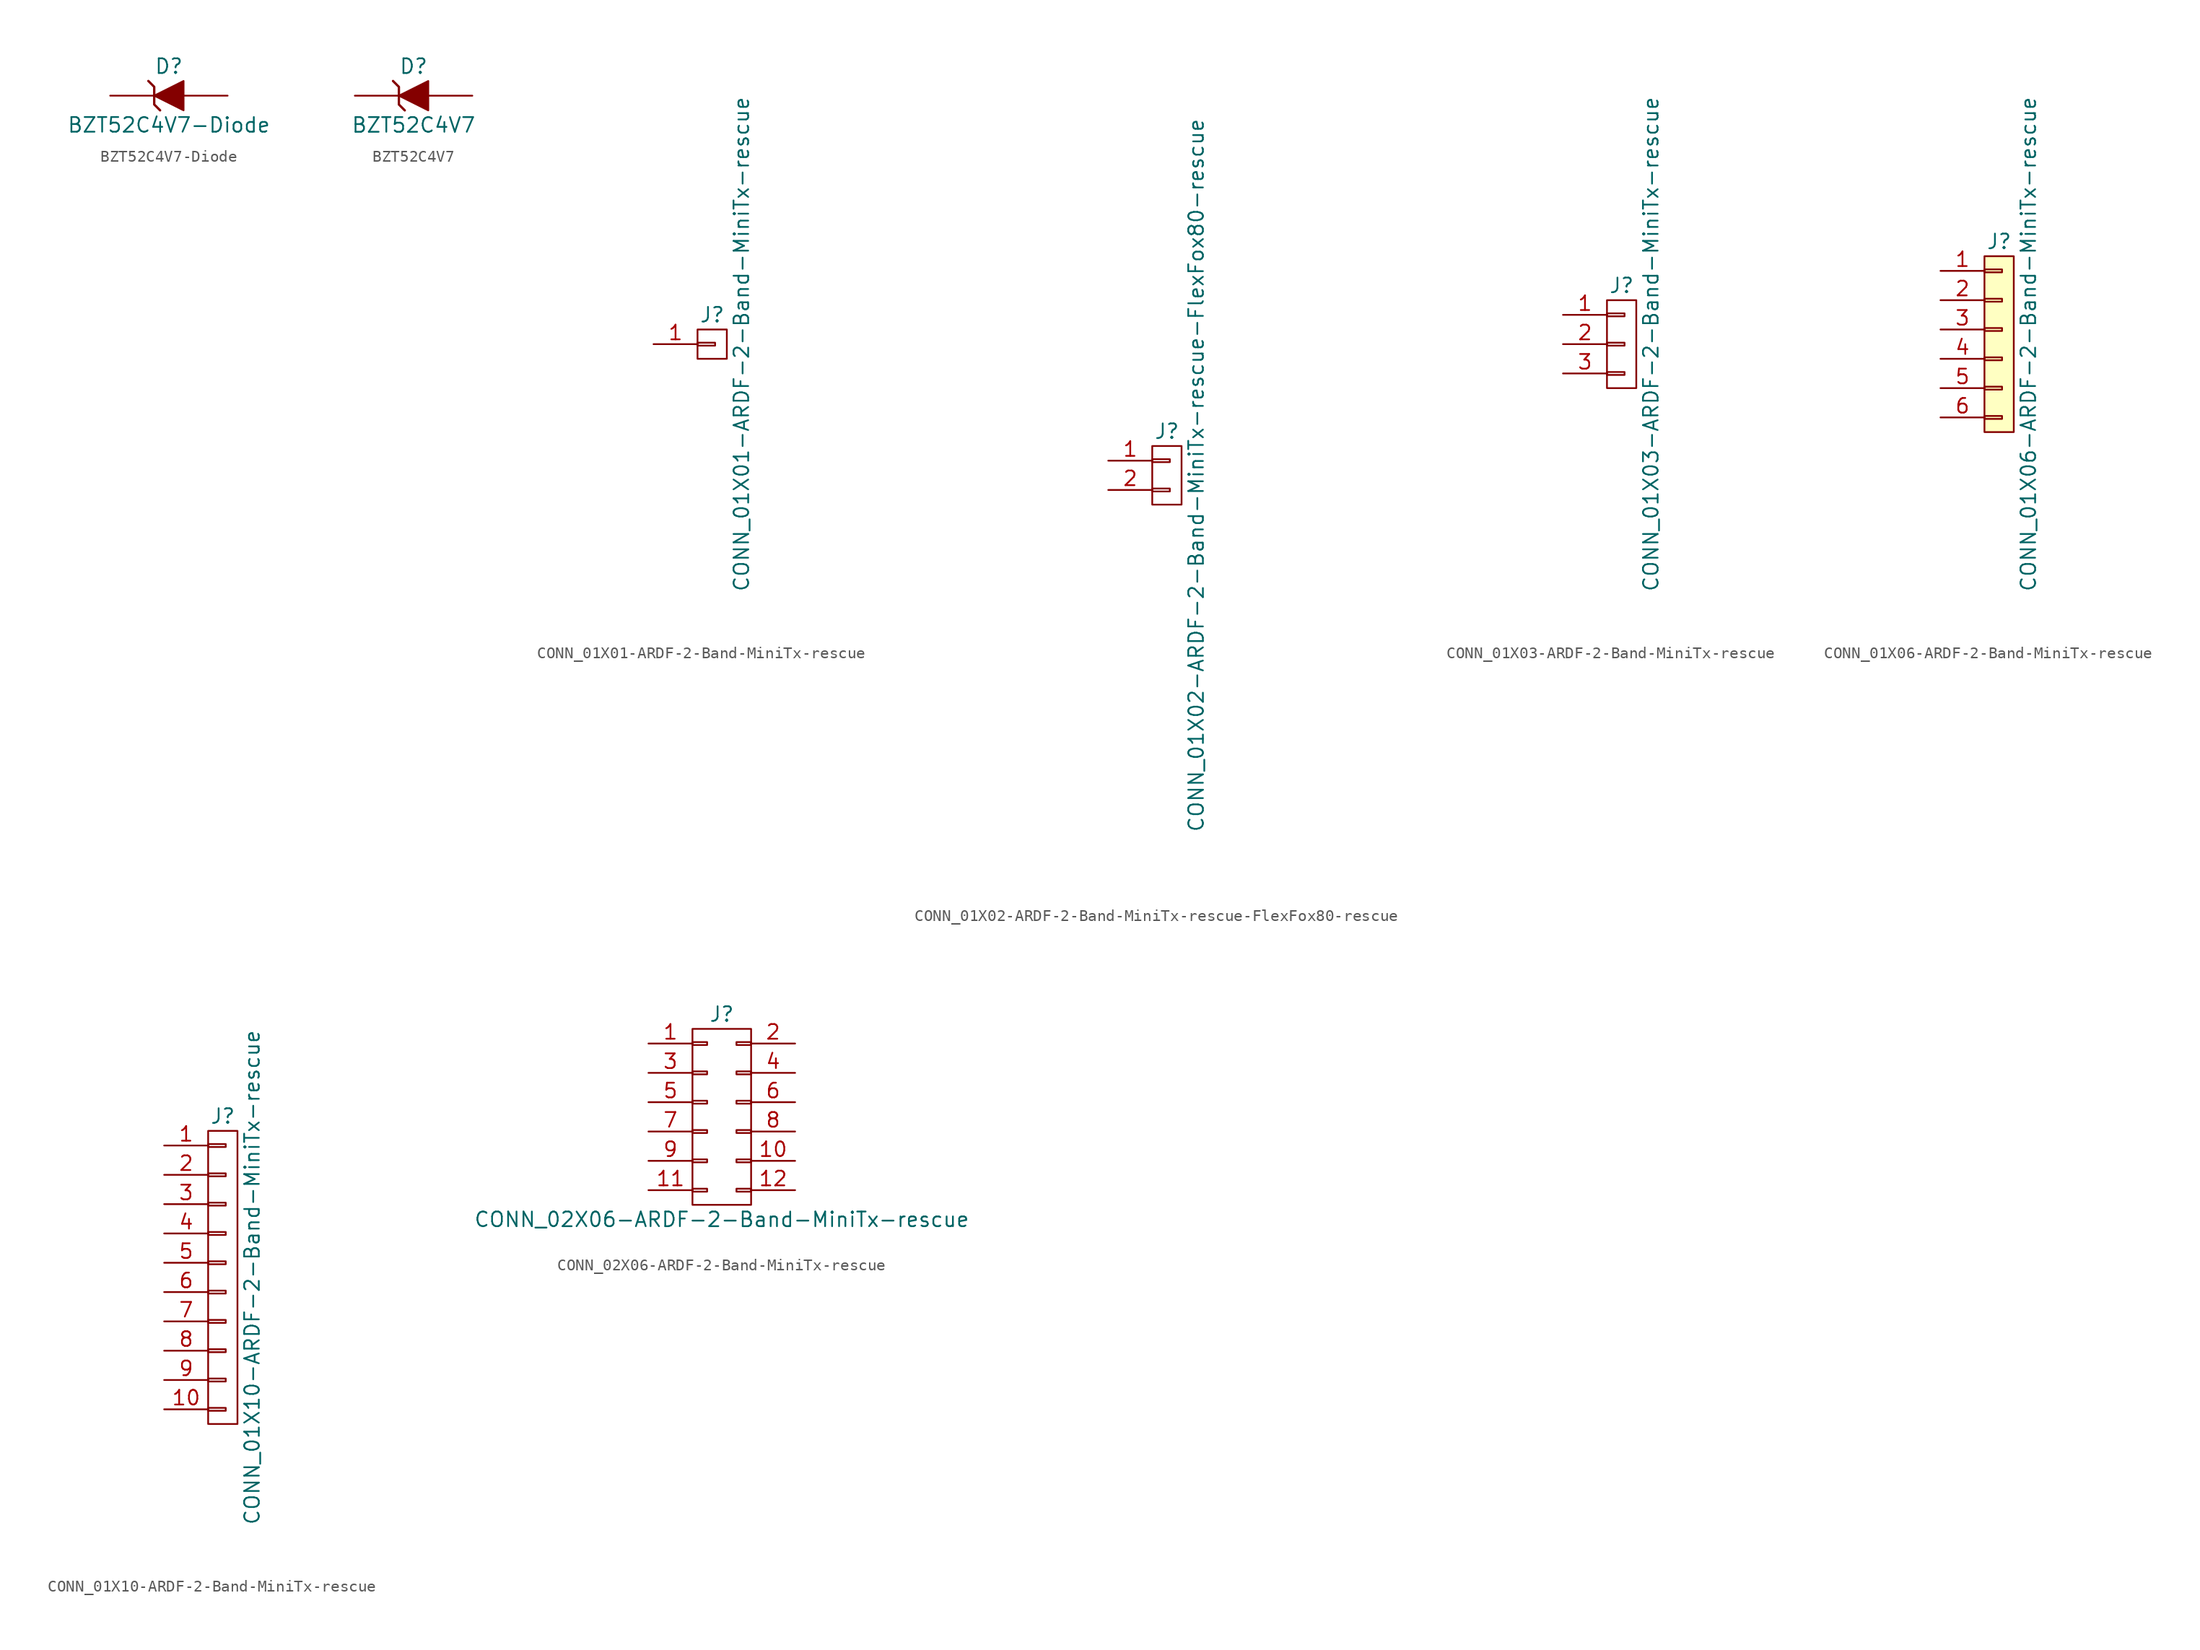
<source format=kicad_sym>
(kicad_symbol_lib
  (version 20211014)
  (generator kicad_symbol_editor)
  (symbol "BZT52C4V7-Diode"
    (pin_numbers hide)
    (pin_names
      (offset 1.016) hide)
    (property "Reference" "D"
      (at 0 2.54 0)
      (effects (font (size 1.27 1.27))))
    (property "Value" "BZT52C4V7-Diode"
      (at 0 -2.54 0)
      (effects (font (size 1.27 1.27))))
    (property "Footprint" ""
      (at 0 0 0)
      (effects (font (size 1.27 1.27))))
    (property "Datasheet" ""
      (at 0 0 0)
      (effects (font (size 1.27 1.27))))
    (symbol "BZT52C4V7-Diode_0_1"
      (polyline (pts (xy -1.778 1.27) (xy -1.27 0.762) (xy -1.27 -0.762) (xy -0.762 -1.27) (xy -0.762 -1.27)) (stroke (width 0.203) (type default) (color 0 0 0 0)) (fill (type none)))
      (polyline (pts (xy -1.27 0) (xy 1.27 1.27) (xy 1.27 -1.27) (xy -1.27 0) (xy -1.27 0)) (stroke (width 0) (type default) (color 0 0 0 0)) (fill (type outline))))
    (symbol "BZT52C4V7-Diode_1_1"
      (pin passive line (at -5.08 0 0) (length 3.81) (name "K" (effects (font (size 1.27 1.27)))) (number "1" (effects (font (size 1.27 1.27)))))
      (pin passive line (at 5.08 0 180) (length 3.81) (name "A" (effects (font (size 1.27 1.27)))) (number "2" (effects (font (size 1.27 1.27)))))))
  (symbol "BZT52C4V7"
    (pin_numbers hide)
    (pin_names
      (offset 1.016) hide)
    (property "Reference" "D"
      (at 0 2.54 0)
      (effects (font (size 1.27 1.27))))
    (property "Value" "BZT52C4V7"
      (at 0 -2.54 0)
      (effects (font (size 1.27 1.27))))
    (property "Footprint" ""
      (at 0 0 0)
      (effects (font (size 1.27 1.27))))
    (property "Datasheet" ""
      (at 0 0 0)
      (effects (font (size 1.27 1.27))))
    (symbol "BZT52C4V7_0_1"
      (polyline (pts (xy -1.778 1.27) (xy -1.27 0.762) (xy -1.27 -0.762) (xy -0.762 -1.27) (xy -0.762 -1.27)) (stroke (width 0.203) (type default) (color 0 0 0 0)) (fill (type none)))
      (polyline (pts (xy -1.27 0) (xy 1.27 1.27) (xy 1.27 -1.27) (xy -1.27 0) (xy -1.27 0)) (stroke (width 0) (type default) (color 0 0 0 0)) (fill (type outline))))
    (symbol "BZT52C4V7_1_1"
      (pin passive line (at -5.08 0 0) (length 3.81) (name "K" (effects (font (size 1.27 1.27)))) (number "1" (effects (font (size 1.27 1.27)))))
      (pin passive line (at 5.08 0 180) (length 3.81) (name "A" (effects (font (size 1.27 1.27)))) (number "2" (effects (font (size 1.27 1.27)))))))
  (symbol "CONN_01X01-ARDF-2-Band-MiniTx-rescue"
    (pin_names
      (offset 1.016) hide)
    (property "Reference" "J"
      (at 0 2.54 0)
      (effects (font (size 1.27 1.27))))
    (property "Value" "CONN_01X01-ARDF-2-Band-MiniTx-rescue"
      (at 2.54 0 90)
      (effects (font (size 1.27 1.27))))
    (symbol "CONN_01X01-ARDF-2-Band-MiniTx-rescue_0_1"
      (rectangle (start -1.27 0.127) (end 0.254 -0.127) (stroke (width 0) (type default) (color 0 0 0 0)) (fill (type none)))
      (rectangle (start -1.27 1.27) (end 1.27 -1.27) (stroke (width 0) (type default) (color 0 0 0 0)) (fill (type none))))
    (symbol "CONN_01X01-ARDF-2-Band-MiniTx-rescue_1_1"
      (pin passive line (at -5.08 0 0) (length 3.81) (name "P1" (effects (font (size 1.27 1.27)))) (number "1" (effects (font (size 1.27 1.27)))))))
  (symbol "CONN_01X02-ARDF-2-Band-MiniTx-rescue-FlexFox80-rescue"
    (pin_names
      (offset 1.016) hide)
    (property "Reference" "J"
      (at 0 3.81 0)
      (effects (font (size 1.27 1.27))))
    (property "Value" "CONN_01X02-ARDF-2-Band-MiniTx-rescue-FlexFox80-rescue"
      (at 2.54 0 90)
      (effects (font (size 1.27 1.27))))
    (symbol "CONN_01X02-ARDF-2-Band-MiniTx-rescue-FlexFox80-rescue_0_1"
      (rectangle (start -1.27 -1.143) (end 0.254 -1.397) (stroke (width 0) (type default) (color 0 0 0 0)) (fill (type none)))
      (rectangle (start -1.27 1.397) (end 0.254 1.143) (stroke (width 0) (type default) (color 0 0 0 0)) (fill (type none)))
      (rectangle (start -1.27 2.54) (end 1.27 -2.54) (stroke (width 0) (type default) (color 0 0 0 0)) (fill (type none))))
    (symbol "CONN_01X02-ARDF-2-Band-MiniTx-rescue-FlexFox80-rescue_1_1"
      (pin passive line (at -5.08 1.27 0) (length 3.81) (name "P1" (effects (font (size 1.27 1.27)))) (number "1" (effects (font (size 1.27 1.27)))))
      (pin passive line (at -5.08 -1.27 0) (length 3.81) (name "P2" (effects (font (size 1.27 1.27)))) (number "2" (effects (font (size 1.27 1.27)))))))
  (symbol "CONN_01X03-ARDF-2-Band-MiniTx-rescue"
    (pin_names
      (offset 1.016) hide)
    (property "Reference" "J"
      (at 0 5.08 0)
      (effects (font (size 1.27 1.27))))
    (property "Value" "CONN_01X03-ARDF-2-Band-MiniTx-rescue"
      (at 2.54 0 90)
      (effects (font (size 1.27 1.27))))
    (symbol "CONN_01X03-ARDF-2-Band-MiniTx-rescue_0_1"
      (rectangle (start -1.27 -2.413) (end 0.254 -2.667) (stroke (width 0) (type default) (color 0 0 0 0)) (fill (type none)))
      (rectangle (start -1.27 0.127) (end 0.254 -0.127) (stroke (width 0) (type default) (color 0 0 0 0)) (fill (type none)))
      (rectangle (start -1.27 2.667) (end 0.254 2.413) (stroke (width 0) (type default) (color 0 0 0 0)) (fill (type none)))
      (rectangle (start -1.27 3.81) (end 1.27 -3.81) (stroke (width 0) (type default) (color 0 0 0 0)) (fill (type none))))
    (symbol "CONN_01X03-ARDF-2-Band-MiniTx-rescue_1_1"
      (pin passive line (at -5.08 2.54 0) (length 3.81) (name "P1" (effects (font (size 1.27 1.27)))) (number "1" (effects (font (size 1.27 1.27)))))
      (pin passive line (at -5.08 0 0) (length 3.81) (name "P2" (effects (font (size 1.27 1.27)))) (number "2" (effects (font (size 1.27 1.27)))))
      (pin passive line (at -5.08 -2.54 0) (length 3.81) (name "P3" (effects (font (size 1.27 1.27)))) (number "3" (effects (font (size 1.27 1.27)))))))
  (symbol "CONN_01X06-ARDF-2-Band-MiniTx-rescue"
    (pin_names
      (offset 1.016) hide)
    (property "Reference" "J"
      (at 0 8.89 0)
      (effects (font (size 1.27 1.27))))
    (property "Value" "CONN_01X06-ARDF-2-Band-MiniTx-rescue"
      (at 2.54 0 90)
      (effects (font (size 1.27 1.27))))
    (symbol "CONN_01X06-ARDF-2-Band-MiniTx-rescue_0_1"
      (rectangle (start -1.27 -6.223) (end 0.254 -6.477) (stroke (width 0) (type default) (color 0 0 0 0)) (fill (type none)))
      (rectangle (start -1.27 -3.683) (end 0.254 -3.937) (stroke (width 0) (type default) (color 0 0 0 0)) (fill (type none)))
      (rectangle (start -1.27 -1.143) (end 0.254 -1.397) (stroke (width 0) (type default) (color 0 0 0 0)) (fill (type none)))
      (rectangle (start -1.27 1.397) (end 0.254 1.143) (stroke (width 0) (type default) (color 0 0 0 0)) (fill (type none)))
      (rectangle (start -1.27 3.937) (end 0.254 3.683) (stroke (width 0) (type default) (color 0 0 0 0)) (fill (type none)))
      (rectangle (start -1.27 6.477) (end 0.254 6.223) (stroke (width 0) (type default) (color 0 0 0 0)) (fill (type none)))
      (rectangle (start -1.27 7.62) (end 1.27 -7.62) (stroke (width 0) (type default) (color 0 0 0 0)) (fill (type background))))
    (symbol "CONN_01X06-ARDF-2-Band-MiniTx-rescue_1_1"
      (pin passive line (at -5.08 6.35 0) (length 3.81) (name "P1" (effects (font (size 1.27 1.27)))) (number "1" (effects (font (size 1.27 1.27)))))
      (pin passive line (at -5.08 3.81 0) (length 3.81) (name "P2" (effects (font (size 1.27 1.27)))) (number "2" (effects (font (size 1.27 1.27)))))
      (pin passive line (at -5.08 1.27 0) (length 3.81) (name "P3" (effects (font (size 1.27 1.27)))) (number "3" (effects (font (size 1.27 1.27)))))
      (pin passive line (at -5.08 -1.27 0) (length 3.81) (name "P4" (effects (font (size 1.27 1.27)))) (number "4" (effects (font (size 1.27 1.27)))))
      (pin passive line (at -5.08 -3.81 0) (length 3.81) (name "P5" (effects (font (size 1.27 1.27)))) (number "5" (effects (font (size 1.27 1.27)))))
      (pin passive line (at -5.08 -6.35 0) (length 3.81) (name "P6" (effects (font (size 1.27 1.27)))) (number "6" (effects (font (size 1.27 1.27)))))))
  (symbol "CONN_01X10-ARDF-2-Band-MiniTx-rescue"
    (pin_names
      (offset 1.016) hide)
    (property "Reference" "J"
      (at 0 13.97 0)
      (effects (font (size 1.27 1.27))))
    (property "Value" "CONN_01X10-ARDF-2-Band-MiniTx-rescue"
      (at 2.54 0 90)
      (effects (font (size 1.27 1.27))))
    (symbol "CONN_01X10-ARDF-2-Band-MiniTx-rescue_0_1"
      (rectangle (start -1.27 -11.303) (end 0.254 -11.557) (stroke (width 0) (type default) (color 0 0 0 0)) (fill (type none)))
      (rectangle (start -1.27 -8.763) (end 0.254 -9.017) (stroke (width 0) (type default) (color 0 0 0 0)) (fill (type none)))
      (rectangle (start -1.27 -6.223) (end 0.254 -6.477) (stroke (width 0) (type default) (color 0 0 0 0)) (fill (type none)))
      (rectangle (start -1.27 -3.683) (end 0.254 -3.937) (stroke (width 0) (type default) (color 0 0 0 0)) (fill (type none)))
      (rectangle (start -1.27 -1.143) (end 0.254 -1.397) (stroke (width 0) (type default) (color 0 0 0 0)) (fill (type none)))
      (rectangle (start -1.27 1.397) (end 0.254 1.143) (stroke (width 0) (type default) (color 0 0 0 0)) (fill (type none)))
      (rectangle (start -1.27 3.937) (end 0.254 3.683) (stroke (width 0) (type default) (color 0 0 0 0)) (fill (type none)))
      (rectangle (start -1.27 6.477) (end 0.254 6.223) (stroke (width 0) (type default) (color 0 0 0 0)) (fill (type none)))
      (rectangle (start -1.27 9.017) (end 0.254 8.763) (stroke (width 0) (type default) (color 0 0 0 0)) (fill (type none)))
      (rectangle (start -1.27 11.557) (end 0.254 11.303) (stroke (width 0) (type default) (color 0 0 0 0)) (fill (type none)))
      (rectangle (start -1.27 12.7) (end 1.27 -12.7) (stroke (width 0) (type default) (color 0 0 0 0)) (fill (type none))))
    (symbol "CONN_01X10-ARDF-2-Band-MiniTx-rescue_1_1"
      (pin passive line (at -5.08 11.43 0) (length 3.81) (name "P1" (effects (font (size 1.27 1.27)))) (number "1" (effects (font (size 1.27 1.27)))))
      (pin passive line (at -5.08 -11.43 0) (length 3.81) (name "P10" (effects (font (size 1.27 1.27)))) (number "10" (effects (font (size 1.27 1.27)))))
      (pin passive line (at -5.08 8.89 0) (length 3.81) (name "P2" (effects (font (size 1.27 1.27)))) (number "2" (effects (font (size 1.27 1.27)))))
      (pin passive line (at -5.08 6.35 0) (length 3.81) (name "P3" (effects (font (size 1.27 1.27)))) (number "3" (effects (font (size 1.27 1.27)))))
      (pin passive line (at -5.08 3.81 0) (length 3.81) (name "P4" (effects (font (size 1.27 1.27)))) (number "4" (effects (font (size 1.27 1.27)))))
      (pin passive line (at -5.08 1.27 0) (length 3.81) (name "P5" (effects (font (size 1.27 1.27)))) (number "5" (effects (font (size 1.27 1.27)))))
      (pin passive line (at -5.08 -1.27 0) (length 3.81) (name "P6" (effects (font (size 1.27 1.27)))) (number "6" (effects (font (size 1.27 1.27)))))
      (pin passive line (at -5.08 -3.81 0) (length 3.81) (name "P7" (effects (font (size 1.27 1.27)))) (number "7" (effects (font (size 1.27 1.27)))))
      (pin passive line (at -5.08 -6.35 0) (length 3.81) (name "P8" (effects (font (size 1.27 1.27)))) (number "8" (effects (font (size 1.27 1.27)))))
      (pin passive line (at -5.08 -8.89 0) (length 3.81) (name "P9" (effects (font (size 1.27 1.27)))) (number "9" (effects (font (size 1.27 1.27)))))))
  (symbol "CONN_02X06-ARDF-2-Band-MiniTx-rescue"
    (pin_names
      (offset 0.025) hide)
    (property "Reference" "J"
      (at 0 8.89 0)
      (effects (font (size 1.27 1.27))))
    (property "Value" "CONN_02X06-ARDF-2-Band-MiniTx-rescue"
      (at 0 -8.89 0)
      (effects (font (size 1.27 1.27))))
    (symbol "CONN_02X06-ARDF-2-Band-MiniTx-rescue_0_1"
      (rectangle (start -2.54 -6.223) (end -1.27 -6.477) (stroke (width 0) (type default) (color 0 0 0 0)) (fill (type none)))
      (rectangle (start -2.54 -3.683) (end -1.27 -3.937) (stroke (width 0) (type default) (color 0 0 0 0)) (fill (type none)))
      (rectangle (start -2.54 -1.143) (end -1.27 -1.397) (stroke (width 0) (type default) (color 0 0 0 0)) (fill (type none)))
      (rectangle (start -2.54 1.397) (end -1.27 1.143) (stroke (width 0) (type default) (color 0 0 0 0)) (fill (type none)))
      (rectangle (start -2.54 3.937) (end -1.27 3.683) (stroke (width 0) (type default) (color 0 0 0 0)) (fill (type none)))
      (rectangle (start -2.54 6.477) (end -1.27 6.223) (stroke (width 0) (type default) (color 0 0 0 0)) (fill (type none)))
      (rectangle (start -2.54 7.62) (end 2.54 -7.62) (stroke (width 0) (type default) (color 0 0 0 0)) (fill (type none)))
      (rectangle (start 1.27 -6.223) (end 2.54 -6.477) (stroke (width 0) (type default) (color 0 0 0 0)) (fill (type none)))
      (rectangle (start 1.27 -3.683) (end 2.54 -3.937) (stroke (width 0) (type default) (color 0 0 0 0)) (fill (type none)))
      (rectangle (start 1.27 -1.143) (end 2.54 -1.397) (stroke (width 0) (type default) (color 0 0 0 0)) (fill (type none)))
      (rectangle (start 1.27 1.397) (end 2.54 1.143) (stroke (width 0) (type default) (color 0 0 0 0)) (fill (type none)))
      (rectangle (start 1.27 3.937) (end 2.54 3.683) (stroke (width 0) (type default) (color 0 0 0 0)) (fill (type none)))
      (rectangle (start 1.27 6.477) (end 2.54 6.223) (stroke (width 0) (type default) (color 0 0 0 0)) (fill (type none))))
    (symbol "CONN_02X06-ARDF-2-Band-MiniTx-rescue_1_1"
      (pin passive line (at -6.35 6.35 0) (length 3.81) (name "P1" (effects (font (size 1.27 1.27)))) (number "1" (effects (font (size 1.27 1.27)))))
      (pin passive line (at 6.35 -3.81 180) (length 3.81) (name "P10" (effects (font (size 1.27 1.27)))) (number "10" (effects (font (size 1.27 1.27)))))
      (pin passive line (at -6.35 -6.35 0) (length 3.81) (name "P11" (effects (font (size 1.27 1.27)))) (number "11" (effects (font (size 1.27 1.27)))))
      (pin passive line (at 6.35 -6.35 180) (length 3.81) (name "P12" (effects (font (size 1.27 1.27)))) (number "12" (effects (font (size 1.27 1.27)))))
      (pin passive line (at 6.35 6.35 180) (length 3.81) (name "P2" (effects (font (size 1.27 1.27)))) (number "2" (effects (font (size 1.27 1.27)))))
      (pin passive line (at -6.35 3.81 0) (length 3.81) (name "P3" (effects (font (size 1.27 1.27)))) (number "3" (effects (font (size 1.27 1.27)))))
      (pin passive line (at 6.35 3.81 180) (length 3.81) (name "P4" (effects (font (size 1.27 1.27)))) (number "4" (effects (font (size 1.27 1.27)))))
      (pin passive line (at -6.35 1.27 0) (length 3.81) (name "P5" (effects (font (size 1.27 1.27)))) (number "5" (effects (font (size 1.27 1.27)))))
      (pin passive line (at 6.35 1.27 180) (length 3.81) (name "P6" (effects (font (size 1.27 1.27)))) (number "6" (effects (font (size 1.27 1.27)))))
      (pin passive line (at -6.35 -1.27 0) (length 3.81) (name "P7" (effects (font (size 1.27 1.27)))) (number "7" (effects (font (size 1.27 1.27)))))
      (pin passive line (at 6.35 -1.27 180) (length 3.81) (name "P8" (effects (font (size 1.27 1.27)))) (number "8" (effects (font (size 1.27 1.27)))))
      (pin passive line (at -6.35 -3.81 0) (length 3.81) (name "P9" (effects (font (size 1.27 1.27)))) (number "9" (effects (font (size 1.27 1.27))))))))
</source>
